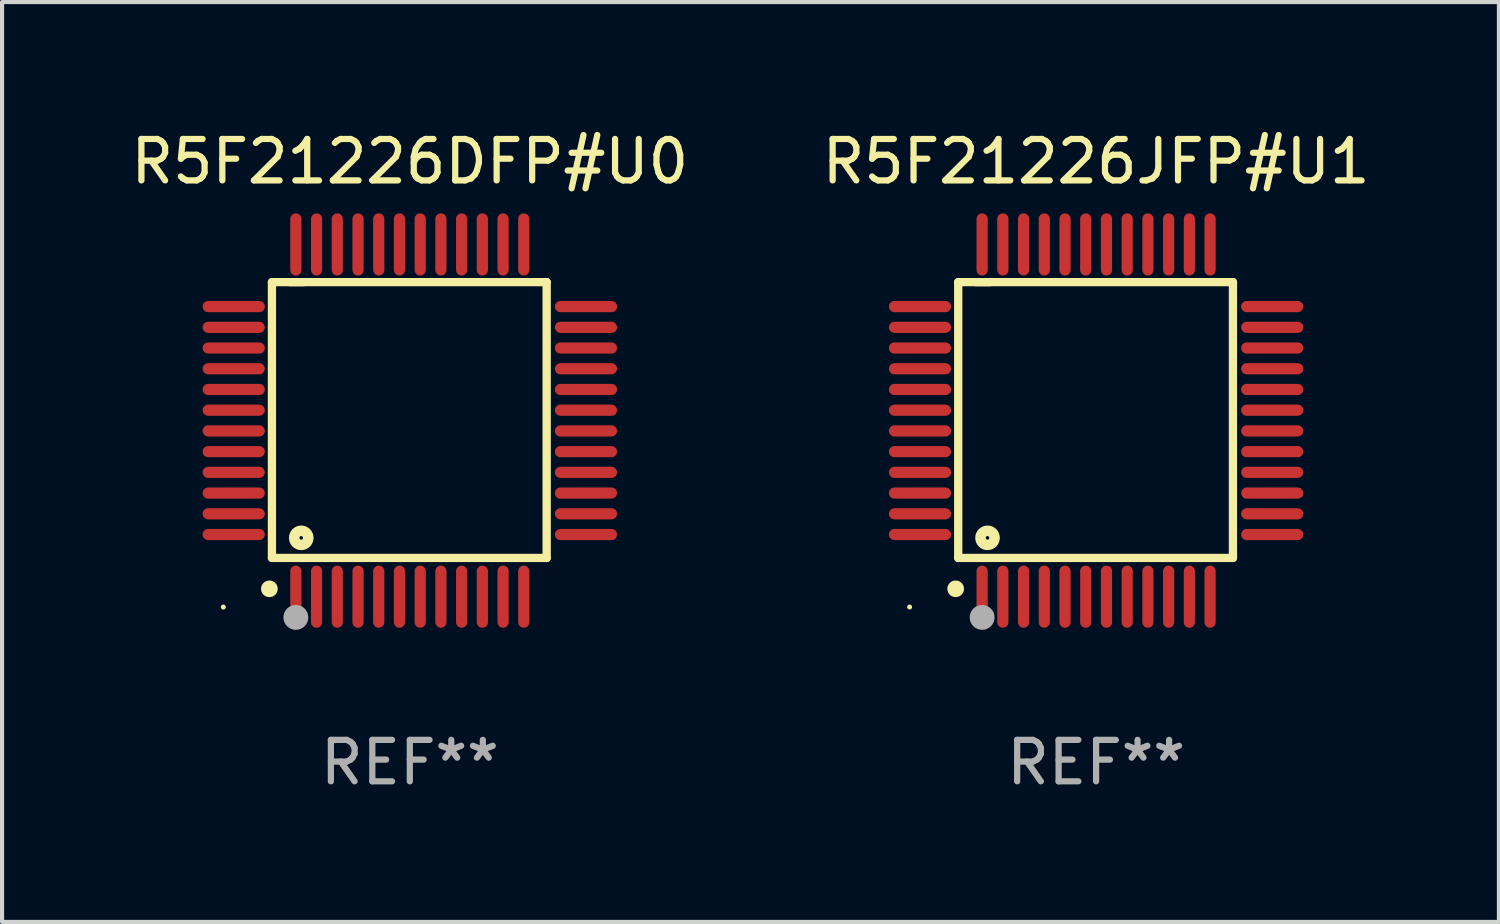
<source format=kicad_pcb>
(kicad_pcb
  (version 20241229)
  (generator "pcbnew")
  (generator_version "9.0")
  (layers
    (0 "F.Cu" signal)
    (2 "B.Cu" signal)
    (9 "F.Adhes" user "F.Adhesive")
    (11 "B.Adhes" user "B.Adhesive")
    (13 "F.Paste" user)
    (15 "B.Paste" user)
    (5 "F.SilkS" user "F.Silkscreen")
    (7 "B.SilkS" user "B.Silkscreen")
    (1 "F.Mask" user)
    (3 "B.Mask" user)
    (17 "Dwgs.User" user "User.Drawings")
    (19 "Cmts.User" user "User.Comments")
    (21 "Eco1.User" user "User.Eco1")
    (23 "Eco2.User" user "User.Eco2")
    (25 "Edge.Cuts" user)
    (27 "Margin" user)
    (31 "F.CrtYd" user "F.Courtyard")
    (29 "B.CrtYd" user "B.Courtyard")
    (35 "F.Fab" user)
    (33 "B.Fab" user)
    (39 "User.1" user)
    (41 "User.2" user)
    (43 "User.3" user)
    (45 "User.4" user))
  (footprint "R5F21226DFP#U0"
    (layer "F.Cu")
    (at 6.839 7.098)
    (property "Reference" "R5F21226DFP#U0" (at 0 -6.25 0) (layer "F.SilkS") (effects (font (size 1 1) (thickness 0.15))))
    (attr through_hole)
    (fp_line (start -3.327 -3.34) (end -2.565 -3.34) (stroke (width 0.2) (type solid)) (layer "F.SilkS"))
    (fp_line (start -3.327 3.315) (end -3.327 -3.34) (stroke (width 0.2) (type solid)) (layer "F.SilkS"))
    (fp_line (start -2.896 -3.34) (end 3.302 -3.34) (stroke (width 0.2) (type solid)) (layer "F.SilkS"))
    (fp_line (start 3.302 -3.34) (end 3.302 3.315) (stroke (width 0.2) (type solid)) (layer "F.SilkS"))
    (fp_line (start 3.302 3.315) (end -3.327 3.315) (stroke (width 0.2) (type solid)) (layer "F.SilkS"))
    (fp_arc (start -3.389992 4.059995) (mid -3.388722 4.059991) (end -3.387452 4.059995) (stroke (width 0.4) (type solid)) (layer "F.SilkS"))
    (fp_circle (center -4.5 4.5) (end -4.47 4.5) (stroke (width 0.06) (type solid)) (fill no) (layer "F.SilkS"))
    (fp_circle (center -2.62 2.83) (end -2.45 2.83) (stroke (width 0.254) (type solid)) (fill no) (layer "F.SilkS"))
    (fp_circle (center -2.75 4.75) (end -2.6 4.75) (stroke (width 0.3) (type solid)) (fill no) (layer "F.Fab"))
    (fp_text user "REF**" (at 0 8.25 0) (layer "F.Fab") (effects (font (size 1 1) (thickness 0.15))))
    (pad "1" smd oval (at -2.75 4.25) (size 0.27 1.5) (layers "F.Cu" "F.Mask" "F.Paste"))
    (pad "2" smd oval (at -2.25 4.25) (size 0.27 1.5) (layers "F.Cu" "F.Mask" "F.Paste"))
    (pad "3" smd oval (at -1.75 4.25) (size 0.27 1.5) (layers "F.Cu" "F.Mask" "F.Paste"))
    (pad "4" smd oval (at -1.25 4.25) (size 0.27 1.5) (layers "F.Cu" "F.Mask" "F.Paste"))
    (pad "5" smd oval (at -0.75 4.25) (size 0.27 1.5) (layers "F.Cu" "F.Mask" "F.Paste"))
    (pad "6" smd oval (at -0.25 4.25) (size 0.27 1.5) (layers "F.Cu" "F.Mask" "F.Paste"))
    (pad "7" smd oval (at 0.25 4.25) (size 0.27 1.5) (layers "F.Cu" "F.Mask" "F.Paste"))
    (pad "8" smd oval (at 0.75 4.25) (size 0.27 1.5) (layers "F.Cu" "F.Mask" "F.Paste"))
    (pad "9" smd oval (at 1.25 4.25) (size 0.27 1.5) (layers "F.Cu" "F.Mask" "F.Paste"))
    (pad "10" smd oval (at 1.75 4.25) (size 0.27 1.5) (layers "F.Cu" "F.Mask" "F.Paste"))
    (pad "11" smd oval (at 2.25 4.25) (size 0.27 1.5) (layers "F.Cu" "F.Mask" "F.Paste"))
    (pad "12" smd oval (at 2.75 4.25) (size 0.27 1.5) (layers "F.Cu" "F.Mask" "F.Paste"))
    (pad "13" smd oval (at 4.25 2.75) (size 1.5 0.27) (layers "F.Cu" "F.Mask" "F.Paste"))
    (pad "14" smd oval (at 4.25 2.25) (size 1.5 0.27) (layers "F.Cu" "F.Mask" "F.Paste"))
    (pad "15" smd oval (at 4.25 1.75) (size 1.5 0.27) (layers "F.Cu" "F.Mask" "F.Paste"))
    (pad "16" smd oval (at 4.25 1.25) (size 1.5 0.27) (layers "F.Cu" "F.Mask" "F.Paste"))
    (pad "17" smd oval (at 4.25 0.75) (size 1.5 0.27) (layers "F.Cu" "F.Mask" "F.Paste"))
    (pad "18" smd oval (at 4.25 0.25) (size 1.5 0.27) (layers "F.Cu" "F.Mask" "F.Paste"))
    (pad "19" smd oval (at 4.25 -0.25) (size 1.5 0.27) (layers "F.Cu" "F.Mask" "F.Paste"))
    (pad "20" smd oval (at 4.25 -0.75) (size 1.5 0.27) (layers "F.Cu" "F.Mask" "F.Paste"))
    (pad "21" smd oval (at 4.25 -1.25) (size 1.5 0.27) (layers "F.Cu" "F.Mask" "F.Paste"))
    (pad "22" smd oval (at 4.25 -1.75) (size 1.5 0.27) (layers "F.Cu" "F.Mask" "F.Paste"))
    (pad "23" smd oval (at 4.25 -2.25) (size 1.5 0.27) (layers "F.Cu" "F.Mask" "F.Paste"))
    (pad "24" smd oval (at 4.25 -2.75) (size 1.5 0.27) (layers "F.Cu" "F.Mask" "F.Paste"))
    (pad "25" smd oval (at 2.75 -4.25) (size 0.27 1.5) (layers "F.Cu" "F.Mask" "F.Paste"))
    (pad "26" smd oval (at 2.25 -4.25) (size 0.27 1.5) (layers "F.Cu" "F.Mask" "F.Paste"))
    (pad "27" smd oval (at 1.75 -4.25) (size 0.27 1.5) (layers "F.Cu" "F.Mask" "F.Paste"))
    (pad "28" smd oval (at 1.25 -4.25) (size 0.27 1.5) (layers "F.Cu" "F.Mask" "F.Paste"))
    (pad "29" smd oval (at 0.75 -4.25) (size 0.27 1.5) (layers "F.Cu" "F.Mask" "F.Paste"))
    (pad "30" smd oval (at 0.25 -4.25) (size 0.27 1.5) (layers "F.Cu" "F.Mask" "F.Paste"))
    (pad "31" smd oval (at -0.25 -4.25) (size 0.27 1.5) (layers "F.Cu" "F.Mask" "F.Paste"))
    (pad "32" smd oval (at -0.75 -4.25) (size 0.27 1.5) (layers "F.Cu" "F.Mask" "F.Paste"))
    (pad "33" smd oval (at -1.25 -4.25) (size 0.27 1.5) (layers "F.Cu" "F.Mask" "F.Paste"))
    (pad "34" smd oval (at -1.75 -4.25) (size 0.27 1.5) (layers "F.Cu" "F.Mask" "F.Paste"))
    (pad "35" smd oval (at -2.25 -4.25) (size 0.27 1.5) (layers "F.Cu" "F.Mask" "F.Paste"))
    (pad "36" smd oval (at -2.75 -4.25) (size 0.27 1.5) (layers "F.Cu" "F.Mask" "F.Paste"))
    (pad "37" smd oval (at -4.25 -2.75) (size 1.5 0.27) (layers "F.Cu" "F.Mask" "F.Paste"))
    (pad "38" smd oval (at -4.25 -2.25) (size 1.5 0.27) (layers "F.Cu" "F.Mask" "F.Paste"))
    (pad "39" smd oval (at -4.25 -1.75) (size 1.5 0.27) (layers "F.Cu" "F.Mask" "F.Paste"))
    (pad "40" smd oval (at -4.25 -1.25) (size 1.5 0.27) (layers "F.Cu" "F.Mask" "F.Paste"))
    (pad "41" smd oval (at -4.25 -0.75) (size 1.5 0.27) (layers "F.Cu" "F.Mask" "F.Paste"))
    (pad "42" smd oval (at -4.25 -0.25) (size 1.5 0.27) (layers "F.Cu" "F.Mask" "F.Paste"))
    (pad "43" smd oval (at -4.25 0.25) (size 1.5 0.27) (layers "F.Cu" "F.Mask" "F.Paste"))
    (pad "44" smd oval (at -4.25 0.75) (size 1.5 0.27) (layers "F.Cu" "F.Mask" "F.Paste"))
    (pad "45" smd oval (at -4.25 1.25) (size 1.5 0.27) (layers "F.Cu" "F.Mask" "F.Paste"))
    (pad "46" smd oval (at -4.25 1.75) (size 1.5 0.27) (layers "F.Cu" "F.Mask" "F.Paste"))
    (pad "47" smd oval (at -4.25 2.25) (size 1.5 0.27) (layers "F.Cu" "F.Mask" "F.Paste"))
    (pad "48" smd oval (at -4.25 2.75) (size 1.5 0.27) (layers "F.Cu" "F.Mask" "F.Paste")))
  (footprint "R5F21226JFP#U1"
    (layer "F.Cu")
    (at 23.399 7.098)
    (property "Reference" "R5F21226JFP#U1" (at 0 -6.25 0) (layer "F.SilkS") (effects (font (size 1 1) (thickness 0.15))))
    (attr through_hole)
    (fp_line (start -3.327 -3.34) (end -2.565 -3.34) (stroke (width 0.2) (type solid)) (layer "F.SilkS"))
    (fp_line (start -3.327 3.315) (end -3.327 -3.34) (stroke (width 0.2) (type solid)) (layer "F.SilkS"))
    (fp_line (start -2.896 -3.34) (end 3.302 -3.34) (stroke (width 0.2) (type solid)) (layer "F.SilkS"))
    (fp_line (start 3.302 -3.34) (end 3.302 3.315) (stroke (width 0.2) (type solid)) (layer "F.SilkS"))
    (fp_line (start 3.302 3.315) (end -3.327 3.315) (stroke (width 0.2) (type solid)) (layer "F.SilkS"))
    (fp_arc (start -3.389992 4.059995) (mid -3.388722 4.059991) (end -3.387452 4.059995) (stroke (width 0.4) (type solid)) (layer "F.SilkS"))
    (fp_circle (center -4.5 4.5) (end -4.47 4.5) (stroke (width 0.06) (type solid)) (fill no) (layer "F.SilkS"))
    (fp_circle (center -2.62 2.83) (end -2.45 2.83) (stroke (width 0.254) (type solid)) (fill no) (layer "F.SilkS"))
    (fp_circle (center -2.75 4.75) (end -2.6 4.75) (stroke (width 0.3) (type solid)) (fill no) (layer "F.Fab"))
    (fp_text user "REF**" (at 0 8.25 0) (layer "F.Fab") (effects (font (size 1 1) (thickness 0.15))))
    (pad "1" smd oval (at -2.75 4.25) (size 0.27 1.5) (layers "F.Cu" "F.Mask" "F.Paste"))
    (pad "2" smd oval (at -2.25 4.25) (size 0.27 1.5) (layers "F.Cu" "F.Mask" "F.Paste"))
    (pad "3" smd oval (at -1.75 4.25) (size 0.27 1.5) (layers "F.Cu" "F.Mask" "F.Paste"))
    (pad "4" smd oval (at -1.25 4.25) (size 0.27 1.5) (layers "F.Cu" "F.Mask" "F.Paste"))
    (pad "5" smd oval (at -0.75 4.25) (size 0.27 1.5) (layers "F.Cu" "F.Mask" "F.Paste"))
    (pad "6" smd oval (at -0.25 4.25) (size 0.27 1.5) (layers "F.Cu" "F.Mask" "F.Paste"))
    (pad "7" smd oval (at 0.25 4.25) (size 0.27 1.5) (layers "F.Cu" "F.Mask" "F.Paste"))
    (pad "8" smd oval (at 0.75 4.25) (size 0.27 1.5) (layers "F.Cu" "F.Mask" "F.Paste"))
    (pad "9" smd oval (at 1.25 4.25) (size 0.27 1.5) (layers "F.Cu" "F.Mask" "F.Paste"))
    (pad "10" smd oval (at 1.75 4.25) (size 0.27 1.5) (layers "F.Cu" "F.Mask" "F.Paste"))
    (pad "11" smd oval (at 2.25 4.25) (size 0.27 1.5) (layers "F.Cu" "F.Mask" "F.Paste"))
    (pad "12" smd oval (at 2.75 4.25) (size 0.27 1.5) (layers "F.Cu" "F.Mask" "F.Paste"))
    (pad "13" smd oval (at 4.25 2.75) (size 1.5 0.27) (layers "F.Cu" "F.Mask" "F.Paste"))
    (pad "14" smd oval (at 4.25 2.25) (size 1.5 0.27) (layers "F.Cu" "F.Mask" "F.Paste"))
    (pad "15" smd oval (at 4.25 1.75) (size 1.5 0.27) (layers "F.Cu" "F.Mask" "F.Paste"))
    (pad "16" smd oval (at 4.25 1.25) (size 1.5 0.27) (layers "F.Cu" "F.Mask" "F.Paste"))
    (pad "17" smd oval (at 4.25 0.75) (size 1.5 0.27) (layers "F.Cu" "F.Mask" "F.Paste"))
    (pad "18" smd oval (at 4.25 0.25) (size 1.5 0.27) (layers "F.Cu" "F.Mask" "F.Paste"))
    (pad "19" smd oval (at 4.25 -0.25) (size 1.5 0.27) (layers "F.Cu" "F.Mask" "F.Paste"))
    (pad "20" smd oval (at 4.25 -0.75) (size 1.5 0.27) (layers "F.Cu" "F.Mask" "F.Paste"))
    (pad "21" smd oval (at 4.25 -1.25) (size 1.5 0.27) (layers "F.Cu" "F.Mask" "F.Paste"))
    (pad "22" smd oval (at 4.25 -1.75) (size 1.5 0.27) (layers "F.Cu" "F.Mask" "F.Paste"))
    (pad "23" smd oval (at 4.25 -2.25) (size 1.5 0.27) (layers "F.Cu" "F.Mask" "F.Paste"))
    (pad "24" smd oval (at 4.25 -2.75) (size 1.5 0.27) (layers "F.Cu" "F.Mask" "F.Paste"))
    (pad "25" smd oval (at 2.75 -4.25) (size 0.27 1.5) (layers "F.Cu" "F.Mask" "F.Paste"))
    (pad "26" smd oval (at 2.25 -4.25) (size 0.27 1.5) (layers "F.Cu" "F.Mask" "F.Paste"))
    (pad "27" smd oval (at 1.75 -4.25) (size 0.27 1.5) (layers "F.Cu" "F.Mask" "F.Paste"))
    (pad "28" smd oval (at 1.25 -4.25) (size 0.27 1.5) (layers "F.Cu" "F.Mask" "F.Paste"))
    (pad "29" smd oval (at 0.75 -4.25) (size 0.27 1.5) (layers "F.Cu" "F.Mask" "F.Paste"))
    (pad "30" smd oval (at 0.25 -4.25) (size 0.27 1.5) (layers "F.Cu" "F.Mask" "F.Paste"))
    (pad "31" smd oval (at -0.25 -4.25) (size 0.27 1.5) (layers "F.Cu" "F.Mask" "F.Paste"))
    (pad "32" smd oval (at -0.75 -4.25) (size 0.27 1.5) (layers "F.Cu" "F.Mask" "F.Paste"))
    (pad "33" smd oval (at -1.25 -4.25) (size 0.27 1.5) (layers "F.Cu" "F.Mask" "F.Paste"))
    (pad "34" smd oval (at -1.75 -4.25) (size 0.27 1.5) (layers "F.Cu" "F.Mask" "F.Paste"))
    (pad "35" smd oval (at -2.25 -4.25) (size 0.27 1.5) (layers "F.Cu" "F.Mask" "F.Paste"))
    (pad "36" smd oval (at -2.75 -4.25) (size 0.27 1.5) (layers "F.Cu" "F.Mask" "F.Paste"))
    (pad "37" smd oval (at -4.25 -2.75) (size 1.5 0.27) (layers "F.Cu" "F.Mask" "F.Paste"))
    (pad "38" smd oval (at -4.25 -2.25) (size 1.5 0.27) (layers "F.Cu" "F.Mask" "F.Paste"))
    (pad "39" smd oval (at -4.25 -1.75) (size 1.5 0.27) (layers "F.Cu" "F.Mask" "F.Paste"))
    (pad "40" smd oval (at -4.25 -1.25) (size 1.5 0.27) (layers "F.Cu" "F.Mask" "F.Paste"))
    (pad "41" smd oval (at -4.25 -0.75) (size 1.5 0.27) (layers "F.Cu" "F.Mask" "F.Paste"))
    (pad "42" smd oval (at -4.25 -0.25) (size 1.5 0.27) (layers "F.Cu" "F.Mask" "F.Paste"))
    (pad "43" smd oval (at -4.25 0.25) (size 1.5 0.27) (layers "F.Cu" "F.Mask" "F.Paste"))
    (pad "44" smd oval (at -4.25 0.75) (size 1.5 0.27) (layers "F.Cu" "F.Mask" "F.Paste"))
    (pad "45" smd oval (at -4.25 1.25) (size 1.5 0.27) (layers "F.Cu" "F.Mask" "F.Paste"))
    (pad "46" smd oval (at -4.25 1.75) (size 1.5 0.27) (layers "F.Cu" "F.Mask" "F.Paste"))
    (pad "47" smd oval (at -4.25 2.25) (size 1.5 0.27) (layers "F.Cu" "F.Mask" "F.Paste"))
    (pad "48" smd oval (at -4.25 2.75) (size 1.5 0.27) (layers "F.Cu" "F.Mask" "F.Paste")))
  (gr_rect
    (start -3 -3)
    (end 33.119 19.196)
    (stroke (width 0.1) (type default))
    (fill no)
    (layer "Edge.Cuts")))
</source>
